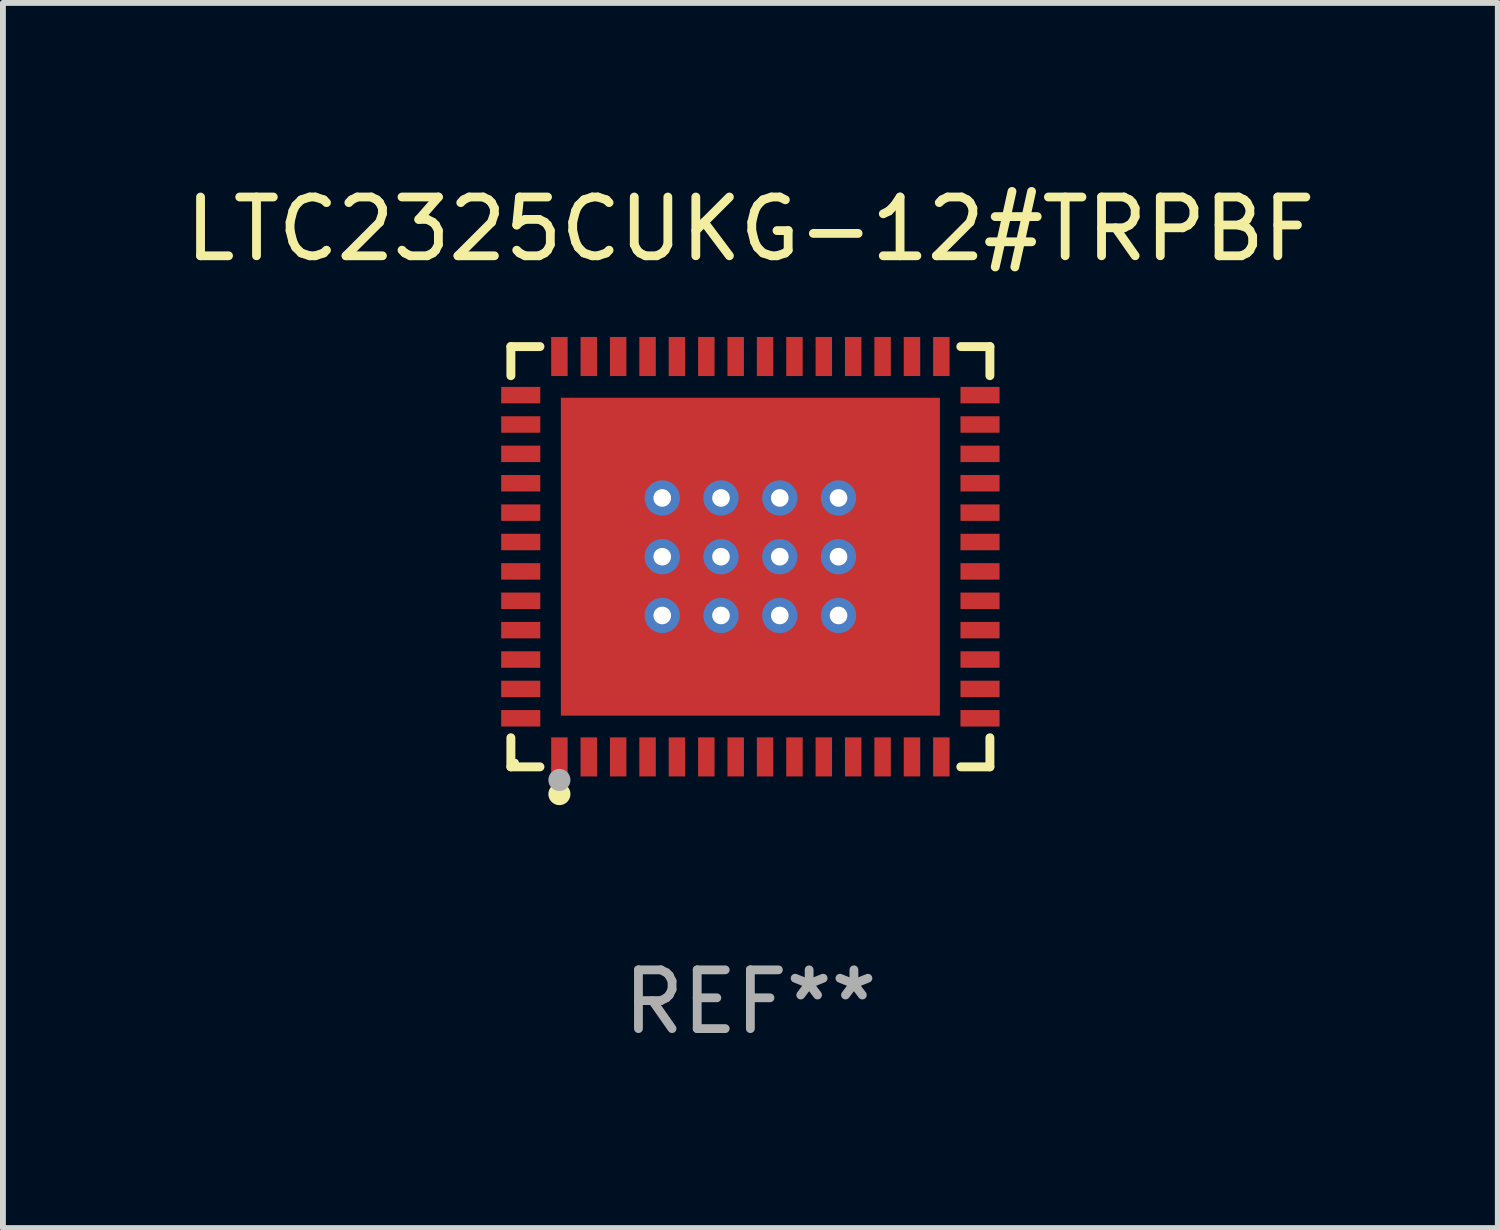
<source format=kicad_pcb>
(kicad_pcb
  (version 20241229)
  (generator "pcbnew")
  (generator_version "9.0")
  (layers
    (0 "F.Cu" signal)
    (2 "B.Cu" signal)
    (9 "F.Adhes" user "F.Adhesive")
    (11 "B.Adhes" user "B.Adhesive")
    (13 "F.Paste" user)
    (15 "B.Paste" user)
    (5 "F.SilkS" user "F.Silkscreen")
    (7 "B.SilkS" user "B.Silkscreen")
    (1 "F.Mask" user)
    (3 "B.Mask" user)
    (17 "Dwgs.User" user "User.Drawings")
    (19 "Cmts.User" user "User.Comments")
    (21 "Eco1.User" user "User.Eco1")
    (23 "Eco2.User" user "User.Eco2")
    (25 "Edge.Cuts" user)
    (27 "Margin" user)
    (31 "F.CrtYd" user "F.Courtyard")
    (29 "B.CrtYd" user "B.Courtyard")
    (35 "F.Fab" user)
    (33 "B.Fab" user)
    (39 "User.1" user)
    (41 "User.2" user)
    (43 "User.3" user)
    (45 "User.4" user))
  (footprint "LTC2325CUKG-12#TRPBF"
    (layer "F.Cu")
    (at 9.72 6.424)
    (property "Reference" "LTC2325CUKG-12#TRPBF" (at 0 -5.576 0) (layer "F.SilkS") (effects (font (size 1 1) (thickness 0.15))))
    (attr through_hole)
    (fp_line (start -4.076 -3.576) (end -3.581 -3.576) (stroke (width 0.152) (type solid)) (layer "F.SilkS"))
    (fp_line (start -4.076 -3.081) (end -4.076 -3.576) (stroke (width 0.152) (type solid)) (layer "F.SilkS"))
    (fp_line (start -4.076 3.081) (end -4.076 3.576) (stroke (width 0.152) (type solid)) (layer "F.SilkS"))
    (fp_line (start -4.076 3.576) (end -3.581 3.576) (stroke (width 0.152) (type solid)) (layer "F.SilkS"))
    (fp_line (start 4.076 -3.576) (end 3.581 -3.576) (stroke (width 0.152) (type solid)) (layer "F.SilkS"))
    (fp_line (start 4.076 -3.081) (end 4.076 -3.576) (stroke (width 0.152) (type solid)) (layer "F.SilkS"))
    (fp_line (start 4.076 3.081) (end 4.076 3.576) (stroke (width 0.152) (type solid)) (layer "F.SilkS"))
    (fp_line (start 4.076 3.576) (end 3.581 3.576) (stroke (width 0.152) (type solid)) (layer "F.SilkS"))
    (fp_circle (center -4 3.5) (end -3.97 3.5) (stroke (width 0.06) (type solid)) (fill no) (layer "F.SilkS"))
    (fp_circle (center -3.25 4.04) (end -3.156 4.04) (stroke (width 0.188) (type solid)) (fill no) (layer "F.SilkS"))
    (fp_circle (center -3.25 3.8) (end -3.156 3.8) (stroke (width 0.188) (type solid)) (fill no) (layer "F.Fab"))
    (fp_text user "REF**" (at 0 7.576 0) (layer "F.Fab") (effects (font (size 1 1) (thickness 0.15))))
    (pad "1" smd rect (at -3.25 3.407) (size 0.28 0.665) (layers "F.Cu" "F.Mask" "F.Paste"))
    (pad "2" smd rect (at -2.75 3.407) (size 0.28 0.665) (layers "F.Cu" "F.Mask" "F.Paste"))
    (pad "3" smd rect (at -2.25 3.407) (size 0.28 0.665) (layers "F.Cu" "F.Mask" "F.Paste"))
    (pad "4" smd rect (at -1.75 3.407) (size 0.28 0.665) (layers "F.Cu" "F.Mask" "F.Paste"))
    (pad "5" smd rect (at -1.25 3.407) (size 0.28 0.665) (layers "F.Cu" "F.Mask" "F.Paste"))
    (pad "6" smd rect (at -0.75 3.407) (size 0.28 0.665) (layers "F.Cu" "F.Mask" "F.Paste"))
    (pad "7" smd rect (at -0.25 3.407) (size 0.28 0.665) (layers "F.Cu" "F.Mask" "F.Paste"))
    (pad "8" smd rect (at 0.25 3.407) (size 0.28 0.665) (layers "F.Cu" "F.Mask" "F.Paste"))
    (pad "9" smd rect (at 0.75 3.407) (size 0.28 0.665) (layers "F.Cu" "F.Mask" "F.Paste"))
    (pad "10" smd rect (at 1.25 3.407) (size 0.28 0.665) (layers "F.Cu" "F.Mask" "F.Paste"))
    (pad "11" smd rect (at 1.75 3.407) (size 0.28 0.665) (layers "F.Cu" "F.Mask" "F.Paste"))
    (pad "12" smd rect (at 2.25 3.407) (size 0.28 0.665) (layers "F.Cu" "F.Mask" "F.Paste"))
    (pad "13" smd rect (at 2.75 3.407) (size 0.28 0.665) (layers "F.Cu" "F.Mask" "F.Paste"))
    (pad "14" smd rect (at 3.25 3.407) (size 0.28 0.665) (layers "F.Cu" "F.Mask" "F.Paste"))
    (pad "15" smd rect (at 3.908 2.75) (size 0.665 0.28) (layers "F.Cu" "F.Mask" "F.Paste"))
    (pad "16" smd rect (at 3.908 2.25) (size 0.665 0.28) (layers "F.Cu" "F.Mask" "F.Paste"))
    (pad "17" smd rect (at 3.908 1.75) (size 0.665 0.28) (layers "F.Cu" "F.Mask" "F.Paste"))
    (pad "18" smd rect (at 3.908 1.25) (size 0.665 0.28) (layers "F.Cu" "F.Mask" "F.Paste"))
    (pad "19" smd rect (at 3.908 0.75) (size 0.665 0.28) (layers "F.Cu" "F.Mask" "F.Paste"))
    (pad "20" smd rect (at 3.908 0.25) (size 0.665 0.28) (layers "F.Cu" "F.Mask" "F.Paste"))
    (pad "21" smd rect (at 3.908 -0.25) (size 0.665 0.28) (layers "F.Cu" "F.Mask" "F.Paste"))
    (pad "22" smd rect (at 3.908 -0.75) (size 0.665 0.28) (layers "F.Cu" "F.Mask" "F.Paste"))
    (pad "23" smd rect (at 3.908 -1.25) (size 0.665 0.28) (layers "F.Cu" "F.Mask" "F.Paste"))
    (pad "24" smd rect (at 3.908 -1.75) (size 0.665 0.28) (layers "F.Cu" "F.Mask" "F.Paste"))
    (pad "25" smd rect (at 3.908 -2.25) (size 0.665 0.28) (layers "F.Cu" "F.Mask" "F.Paste"))
    (pad "26" smd rect (at 3.908 -2.75) (size 0.665 0.28) (layers "F.Cu" "F.Mask" "F.Paste"))
    (pad "27" smd rect (at 3.25 -3.407) (size 0.28 0.665) (layers "F.Cu" "F.Mask" "F.Paste"))
    (pad "28" smd rect (at 2.75 -3.407) (size 0.28 0.665) (layers "F.Cu" "F.Mask" "F.Paste"))
    (pad "29" smd rect (at 2.25 -3.407) (size 0.28 0.665) (layers "F.Cu" "F.Mask" "F.Paste"))
    (pad "30" smd rect (at 1.75 -3.407) (size 0.28 0.665) (layers "F.Cu" "F.Mask" "F.Paste"))
    (pad "31" smd rect (at 1.25 -3.407) (size 0.28 0.665) (layers "F.Cu" "F.Mask" "F.Paste"))
    (pad "32" smd rect (at 0.75 -3.407) (size 0.28 0.665) (layers "F.Cu" "F.Mask" "F.Paste"))
    (pad "33" smd rect (at 0.25 -3.407) (size 0.28 0.665) (layers "F.Cu" "F.Mask" "F.Paste"))
    (pad "34" smd rect (at -0.25 -3.407) (size 0.28 0.665) (layers "F.Cu" "F.Mask" "F.Paste"))
    (pad "35" smd rect (at -0.75 -3.407) (size 0.28 0.665) (layers "F.Cu" "F.Mask" "F.Paste"))
    (pad "36" smd rect (at -1.25 -3.407) (size 0.28 0.665) (layers "F.Cu" "F.Mask" "F.Paste"))
    (pad "37" smd rect (at -1.75 -3.407) (size 0.28 0.665) (layers "F.Cu" "F.Mask" "F.Paste"))
    (pad "38" smd rect (at -2.25 -3.407) (size 0.28 0.665) (layers "F.Cu" "F.Mask" "F.Paste"))
    (pad "39" smd rect (at -2.75 -3.407) (size 0.28 0.665) (layers "F.Cu" "F.Mask" "F.Paste"))
    (pad "40" smd rect (at -3.25 -3.407) (size 0.28 0.665) (layers "F.Cu" "F.Mask" "F.Paste"))
    (pad "41" smd rect (at -3.908 -2.75) (size 0.665 0.28) (layers "F.Cu" "F.Mask" "F.Paste"))
    (pad "42" smd rect (at -3.908 -2.25) (size 0.665 0.28) (layers "F.Cu" "F.Mask" "F.Paste"))
    (pad "43" smd rect (at -3.908 -1.75) (size 0.665 0.28) (layers "F.Cu" "F.Mask" "F.Paste"))
    (pad "44" smd rect (at -3.908 -1.25) (size 0.665 0.28) (layers "F.Cu" "F.Mask" "F.Paste"))
    (pad "45" smd rect (at -3.908 -0.75) (size 0.665 0.28) (layers "F.Cu" "F.Mask" "F.Paste"))
    (pad "46" smd rect (at -3.908 -0.25) (size 0.665 0.28) (layers "F.Cu" "F.Mask" "F.Paste"))
    (pad "47" smd rect (at -3.908 0.25) (size 0.665 0.28) (layers "F.Cu" "F.Mask" "F.Paste"))
    (pad "48" smd rect (at -3.908 0.75) (size 0.665 0.28) (layers "F.Cu" "F.Mask" "F.Paste"))
    (pad "49" smd rect (at -3.908 1.25) (size 0.665 0.28) (layers "F.Cu" "F.Mask" "F.Paste"))
    (pad "50" smd rect (at -3.908 1.75) (size 0.665 0.28) (layers "F.Cu" "F.Mask" "F.Paste"))
    (pad "51" smd rect (at -3.908 2.25) (size 0.665 0.28) (layers "F.Cu" "F.Mask" "F.Paste"))
    (pad "52" smd rect (at -3.908 2.75) (size 0.665 0.28) (layers "F.Cu" "F.Mask" "F.Paste"))
    (pad "53" thru_hole circle (at -1.5 -1) (size 0.6 0.6) (drill 0.3) (layers "*.Cu" "*.Mask"))
    (pad "53" thru_hole circle (at -1.5 0) (size 0.6 0.6) (drill 0.3) (layers "*.Cu" "*.Mask"))
    (pad "53" thru_hole circle (at -1.5 1) (size 0.6 0.6) (drill 0.3) (layers "*.Cu" "*.Mask"))
    (pad "53" thru_hole circle (at -0.5 -1) (size 0.6 0.6) (drill 0.3) (layers "*.Cu" "*.Mask"))
    (pad "53" thru_hole circle (at -0.5 0) (size 0.6 0.6) (drill 0.3) (layers "*.Cu" "*.Mask"))
    (pad "53" thru_hole circle (at -0.5 1) (size 0.6 0.6) (drill 0.3) (layers "*.Cu" "*.Mask"))
    (pad "53" smd rect (at 0 0) (size 6.45 5.41) (layers "F.Cu" "F.Mask" "F.Paste"))
    (pad "53" thru_hole circle (at 0.5 -1) (size 0.6 0.6) (drill 0.3) (layers "*.Cu" "*.Mask"))
    (pad "53" thru_hole circle (at 0.5 0) (size 0.6 0.6) (drill 0.3) (layers "*.Cu" "*.Mask"))
    (pad "53" thru_hole circle (at 0.5 1) (size 0.6 0.6) (drill 0.3) (layers "*.Cu" "*.Mask"))
    (pad "53" thru_hole circle (at 1.5 -1) (size 0.6 0.6) (drill 0.3) (layers "*.Cu" "*.Mask"))
    (pad "53" thru_hole circle (at 1.5 0) (size 0.6 0.6) (drill 0.3) (layers "*.Cu" "*.Mask"))
    (pad "53" thru_hole circle (at 1.5 1) (size 0.6 0.6) (drill 0.3) (layers "*.Cu" "*.Mask")))
  (gr_rect
    (start -3 -3)
    (end 22.44 17.849)
    (stroke (width 0.1) (type default))
    (fill no)
    (layer "Edge.Cuts")))
</source>
